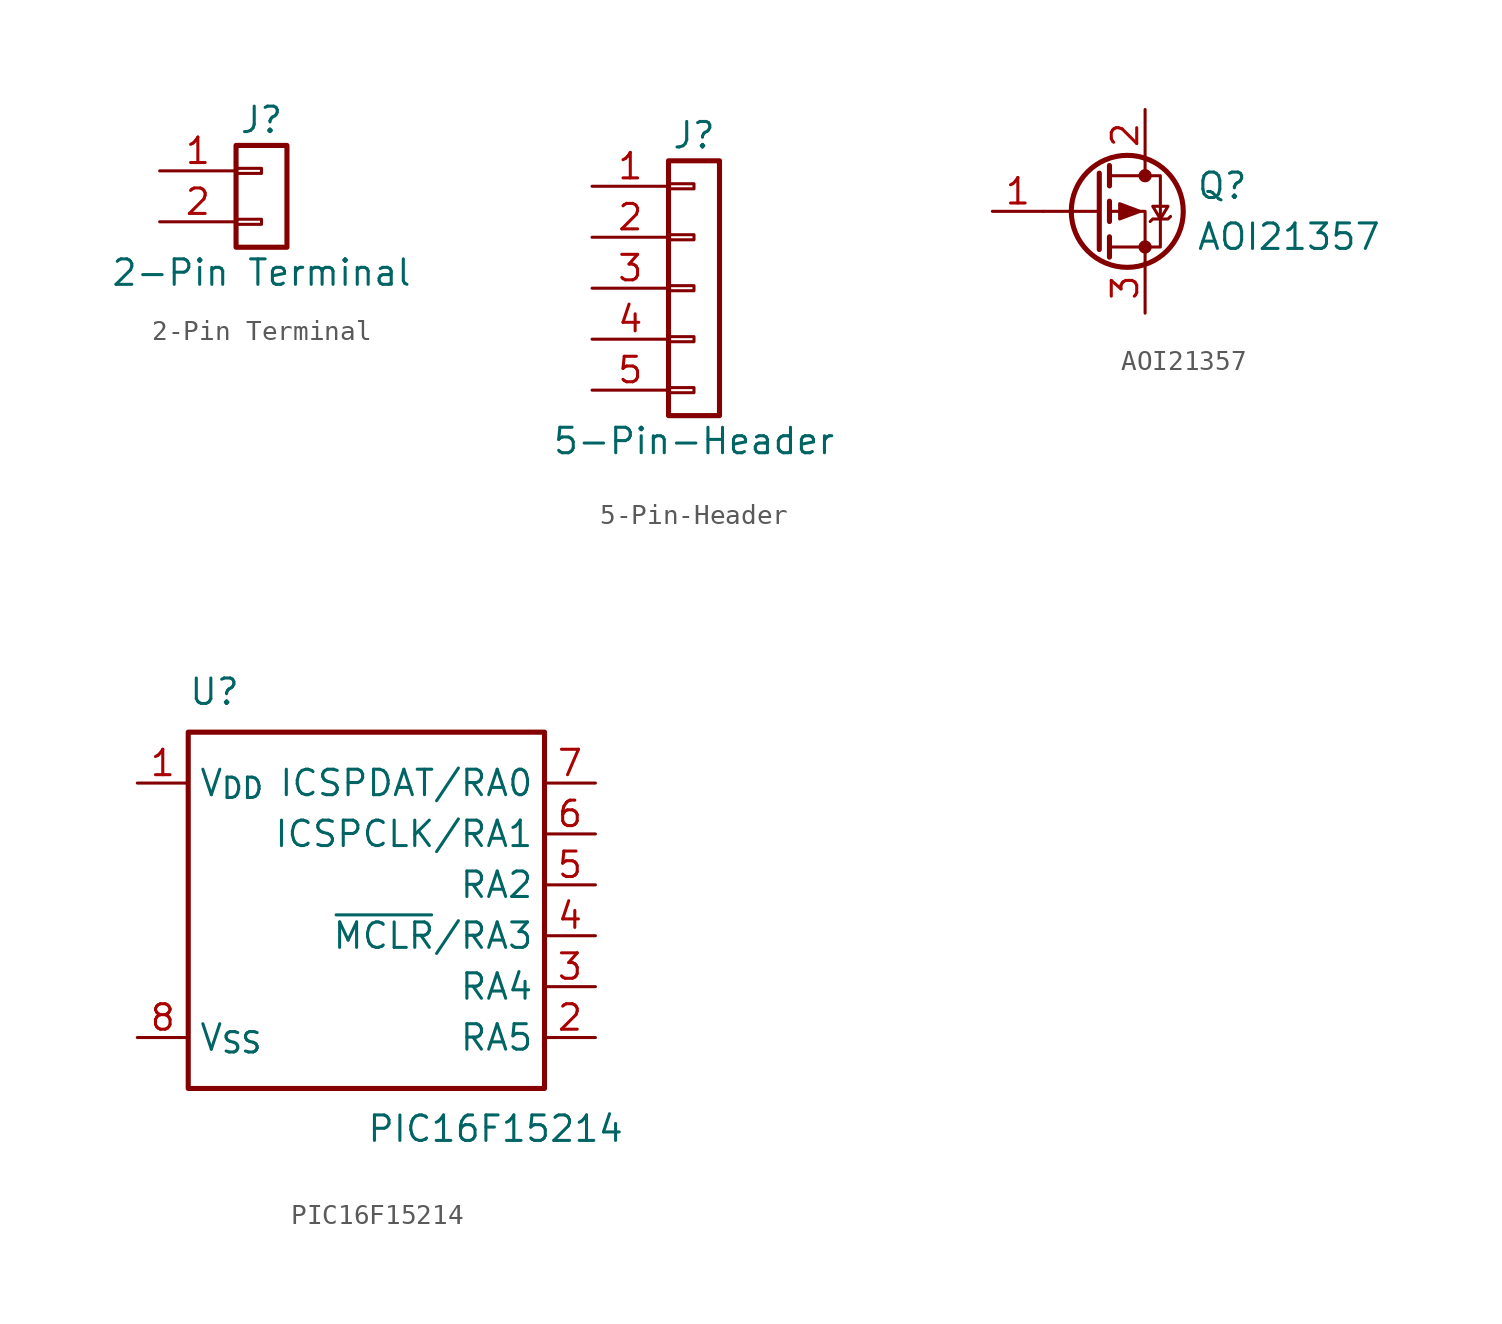
<source format=kicad_sym>
(kicad_symbol_lib
  (version 20220914)
  (generator kicad_symbol_editor)
  (symbol "2-Pin Terminal"
    (pin_names
      (offset 1.016) hide)
    (property "Reference" "J"
      (at 0 2.54 0)
      (effects (font (size 1.27 1.27))))
    (property "Value" "2-Pin Terminal"
      (at 0 -5.08 0)
      (effects (font (size 1.27 1.27))))
    (symbol "2-Pin Terminal_1_1"
      (rectangle (start -1.27 -2.413) (end 0 -2.667) (stroke (width 0.152) (type default)) (fill (type none)))
      (rectangle (start -1.27 0.127) (end 0 -0.127) (stroke (width 0.152) (type default)) (fill (type none)))
      (rectangle (start -1.27 1.27) (end 1.27 -3.81) (stroke (width 0.254) (type default)) (fill (type none)))
      (pin passive line (at -5.08 0 0) (length 3.81) (name "Pin_1" (effects (font (size 1.27 1.27)))) (number "1" (effects (font (size 1.27 1.27)))))
      (pin passive line (at -5.08 -2.54 0) (length 3.81) (name "Pin_2" (effects (font (size 1.27 1.27)))) (number "2" (effects (font (size 1.27 1.27)))))))
  (symbol "5-Pin-Header"
    (pin_names
      (offset 1.016) hide)
    (property "Reference" "J"
      (at 0 7.62 0)
      (effects (font (size 1.27 1.27))))
    (property "Value" "5-Pin-Header"
      (at 0 -7.62 0)
      (effects (font (size 1.27 1.27))))
    (symbol "5-Pin-Header_1_1"
      (rectangle (start -1.27 -4.953) (end 0 -5.207) (stroke (width 0.152) (type default)) (fill (type none)))
      (rectangle (start -1.27 -2.413) (end 0 -2.667) (stroke (width 0.152) (type default)) (fill (type none)))
      (rectangle (start -1.27 0.127) (end 0 -0.127) (stroke (width 0.152) (type default)) (fill (type none)))
      (rectangle (start -1.27 2.667) (end 0 2.413) (stroke (width 0.152) (type default)) (fill (type none)))
      (rectangle (start -1.27 5.207) (end 0 4.953) (stroke (width 0.152) (type default)) (fill (type none)))
      (rectangle (start -1.27 6.35) (end 1.27 -6.35) (stroke (width 0.254) (type default)) (fill (type none)))
      (pin passive line (at -5.08 5.08 0) (length 3.81) (name "Pin_1" (effects (font (size 1.27 1.27)))) (number "1" (effects (font (size 1.27 1.27)))))
      (pin passive line (at -5.08 2.54 0) (length 3.81) (name "Pin_2" (effects (font (size 1.27 1.27)))) (number "2" (effects (font (size 1.27 1.27)))))
      (pin passive line (at -5.08 0 0) (length 3.81) (name "Pin_3" (effects (font (size 1.27 1.27)))) (number "3" (effects (font (size 1.27 1.27)))))
      (pin passive line (at -5.08 -2.54 0) (length 3.81) (name "Pin_4" (effects (font (size 1.27 1.27)))) (number "4" (effects (font (size 1.27 1.27)))))
      (pin passive line (at -5.08 -5.08 0) (length 3.81) (name "Pin_5" (effects (font (size 1.27 1.27)))) (number "5" (effects (font (size 1.27 1.27)))))))
  (symbol "AOI21357"
    (pin_names
      (offset 0) hide)
    (property "Reference" "Q"
      (at 5.08 1.27 0)
      (effects (font (size 1.27 1.27)) (justify left)))
    (property "Value" "AOI21357"
      (at 5.08 -1.27 0)
      (effects (font (size 1.27 1.27)) (justify left)))
    (symbol "AOI21357_0_1"
      (polyline (pts (xy 0.254 0) (xy -2.54 0)) (stroke (width 0) (type default)) (fill (type none)))
      (polyline (pts (xy 0.254 1.905) (xy 0.254 -1.905)) (stroke (width 0.254) (type default)) (fill (type none)))
      (polyline (pts (xy 0.762 -1.27) (xy 0.762 -2.286)) (stroke (width 0.254) (type default)) (fill (type none)))
      (polyline (pts (xy 0.762 0.508) (xy 0.762 -0.508)) (stroke (width 0.254) (type default)) (fill (type none)))
      (polyline (pts (xy 0.762 2.286) (xy 0.762 1.27)) (stroke (width 0.254) (type default)) (fill (type none)))
      (polyline (pts (xy 2.54 2.54) (xy 2.54 1.778)) (stroke (width 0) (type default)) (fill (type none)))
      (polyline (pts (xy 2.54 -2.54) (xy 2.54 0) (xy 0.762 0)) (stroke (width 0) (type default)) (fill (type none)))
      (polyline (pts (xy 0.762 1.778) (xy 3.302 1.778) (xy 3.302 -1.778) (xy 0.762 -1.778)) (stroke (width 0) (type default)) (fill (type none)))
      (polyline (pts (xy 2.286 0) (xy 1.27 0.381) (xy 1.27 -0.381) (xy 2.286 0)) (stroke (width 0) (type default)) (fill (type outline)))
      (polyline (pts (xy 2.794 -0.508) (xy 2.921 -0.381) (xy 3.683 -0.381) (xy 3.81 -0.254)) (stroke (width 0) (type default)) (fill (type none)))
      (polyline (pts (xy 3.302 -0.381) (xy 2.921 0.254) (xy 3.683 0.254) (xy 3.302 -0.381)) (stroke (width 0) (type default)) (fill (type none)))
      (circle (center 1.651 0) (radius 2.794) (stroke (width 0.254) (type default)) (fill (type none)))
      (circle (center 2.54 -1.778) (radius 0.254) (stroke (width 0) (type default)) (fill (type outline)))
      (circle (center 2.54 1.778) (radius 0.254) (stroke (width 0) (type default)) (fill (type outline))))
    (symbol "AOI21357_1_1"
      (pin input line (at -5.08 0 0) (length 2.54) (name "G" (effects (font (size 1.27 1.27)))) (number "1" (effects (font (size 1.27 1.27)))))
      (pin passive line (at 2.54 5.08 270) (length 2.54) (name "D" (effects (font (size 1.27 1.27)))) (number "2" (effects (font (size 1.27 1.27)))))
      (pin passive line (at 2.54 -5.08 90) (length 2.54) (name "S" (effects (font (size 1.27 1.27)))) (number "3" (effects (font (size 1.27 1.27)))))))
  (symbol "PIC16F15214"
    (property "Reference" "U"
      (at -8.89 10.16 0)
      (effects (font (size 1.27 1.27)) (justify left bottom)))
    (property "Value" "PIC16F15214"
      (at 0 -10.16 0)
      (effects (font (size 1.27 1.27)) (justify left top)))
    (symbol "PIC16F15214_0_1"
      (rectangle (start -8.89 8.89) (end 8.89 -8.89) (stroke (width 0.254) (type default)) (fill (type none))))
    (symbol "PIC16F15214_1_1"
      (pin power_in line (at -11.43 6.35 0) (length 2.54) (name "V_{DD}" (effects (font (size 1.27 1.27)))) (number "1" (effects (font (size 1.27 1.27)))))
      (pin bidirectional line (at 11.43 -6.35 180) (length 2.54) (name "RA5" (effects (font (size 1.27 1.27)))) (number "2" (effects (font (size 1.27 1.27)))))
      (pin bidirectional line (at 11.43 -3.81 180) (length 2.54) (name "RA4" (effects (font (size 1.27 1.27)))) (number "3" (effects (font (size 1.27 1.27)))))
      (pin bidirectional line (at 11.43 -1.27 180) (length 2.54) (name "~{MCLR}/RA3" (effects (font (size 1.27 1.27)))) (number "4" (effects (font (size 1.27 1.27)))))
      (pin bidirectional line (at 11.43 1.27 180) (length 2.54) (name "RA2" (effects (font (size 1.27 1.27)))) (number "5" (effects (font (size 1.27 1.27)))))
      (pin bidirectional line (at 11.43 3.81 180) (length 2.54) (name "ICSPCLK/RA1" (effects (font (size 1.27 1.27)))) (number "6" (effects (font (size 1.27 1.27)))))
      (pin bidirectional line (at 11.43 6.35 180) (length 2.54) (name "ICSPDAT/RA0" (effects (font (size 1.27 1.27)))) (number "7" (effects (font (size 1.27 1.27)))))
      (pin power_in line (at -11.43 -6.35 0) (length 2.54) (name "V_{SS}" (effects (font (size 1.27 1.27)))) (number "8" (effects (font (size 1.27 1.27))))))))
</source>
